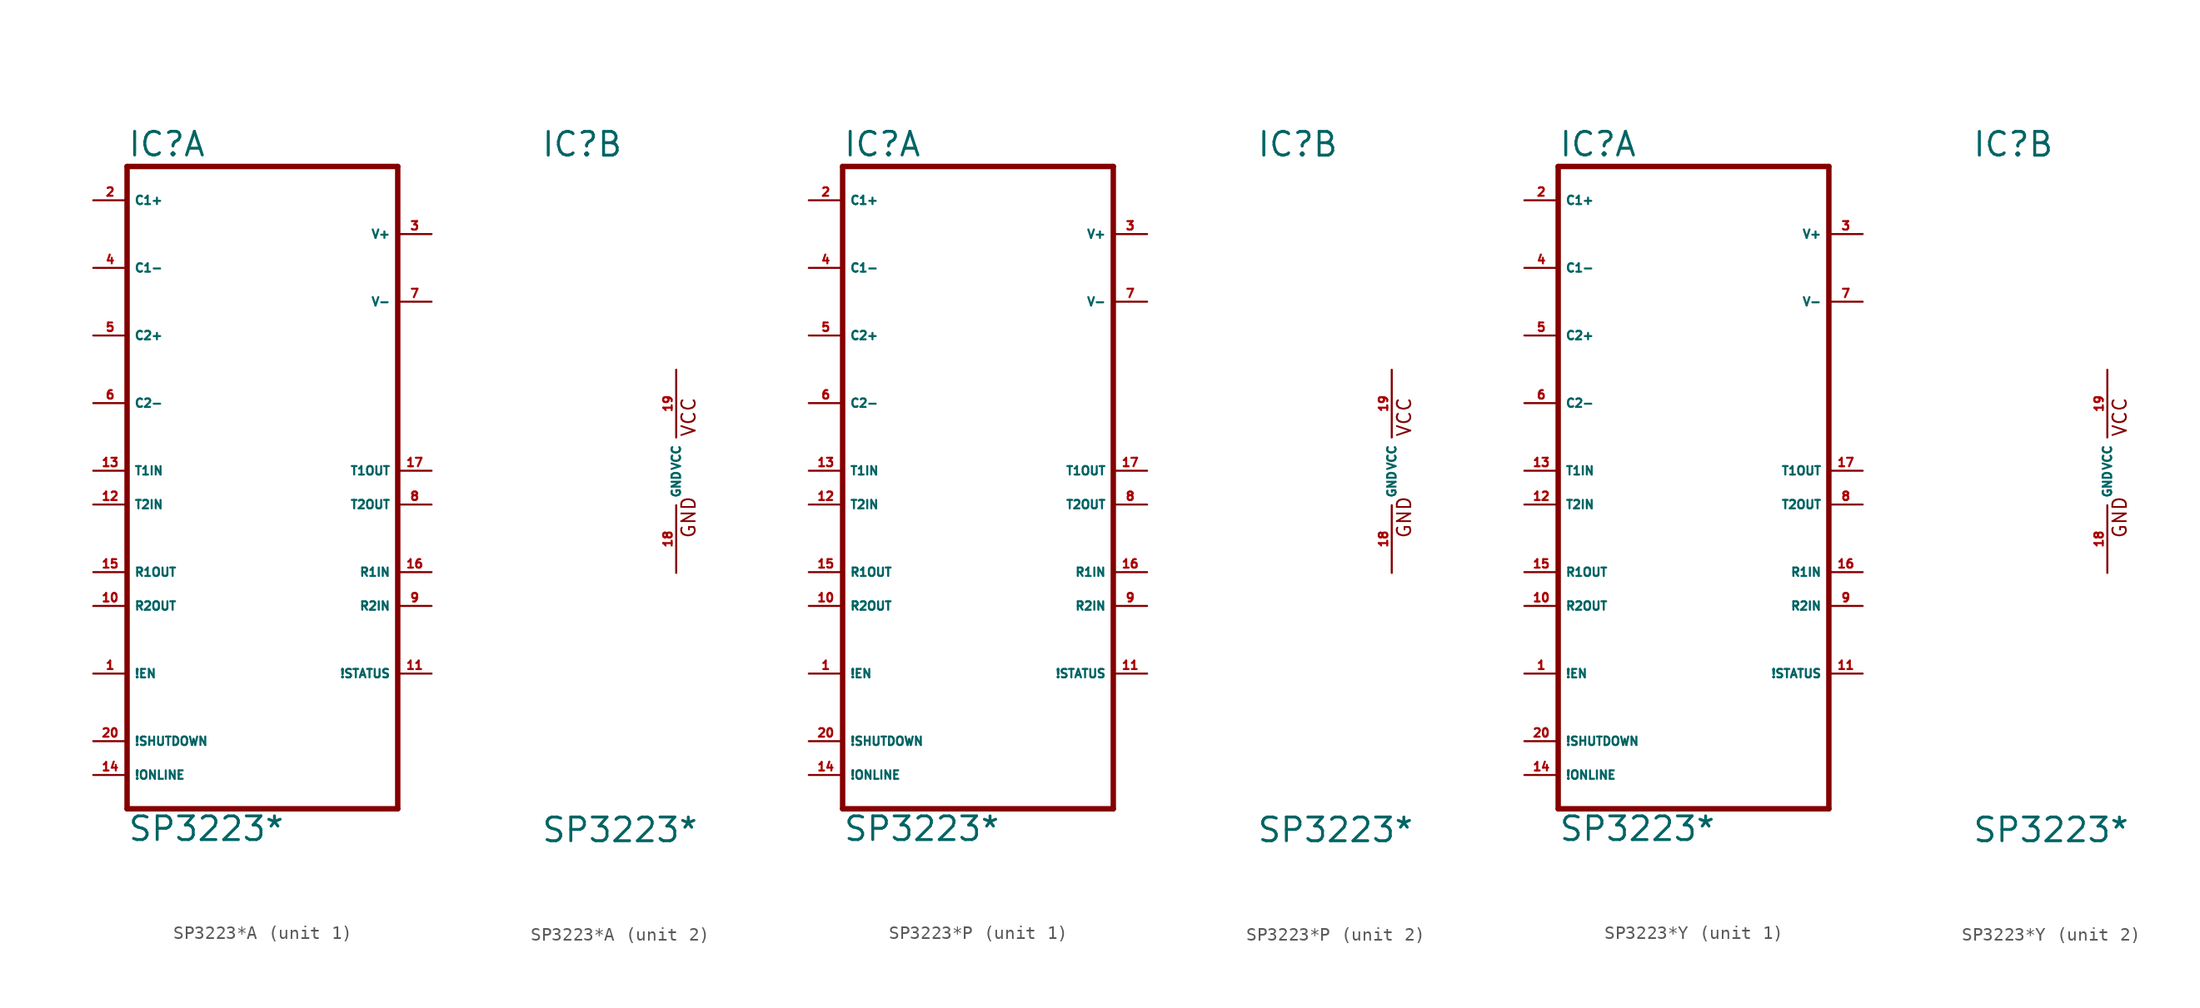
<source format=kicad_sym>
(kicad_symbol_lib
  (version 20220914)
  (generator Eagle2Kicad)
  (symbol "SP3223*A"
    (property "Reference" "IC"
      (at -10.16 23.495 0)
      (effects (font (size 1.778 1.778) (thickness 0.22)) (justify left bottom)))
    (property "Value" "SP3223*"
      (at -10.16 -27.94 0)
      (effects (font (size 1.778 1.778) (thickness 0.22)) (justify left bottom)))
    (symbol "SP3223*A_1_0"
      (polyline (pts (xy -10.16 22.86) (xy 10.16 22.86)) (stroke (width 0.406) (type default)) (fill (type none)))
      (polyline (pts (xy 10.16 -25.4) (xy 10.16 22.86)) (stroke (width 0.406) (type default)) (fill (type none)))
      (polyline (pts (xy 10.16 -25.4) (xy -10.16 -25.4)) (stroke (width 0.406) (type default)) (fill (type none)))
      (polyline (pts (xy -10.16 22.86) (xy -10.16 -25.4)) (stroke (width 0.406) (type default)) (fill (type none)))
      (pin passive line (at -12.7 20.32 0) (length 2.54) (name "C1+" (effects (font (size 0.635 0.635) (thickness 0.08)) (justify left bottom))) (number "2" (effects (font (size 0.635 0.635) (thickness 0.08)) (justify left bottom))))
      (pin passive line (at -12.7 15.24 0) (length 2.54) (name "C1-" (effects (font (size 0.635 0.635) (thickness 0.08)) (justify left bottom))) (number "4" (effects (font (size 0.635 0.635) (thickness 0.08)) (justify left bottom))))
      (pin passive line (at -12.7 10.16 0) (length 2.54) (name "C2+" (effects (font (size 0.635 0.635) (thickness 0.08)) (justify left bottom))) (number "5" (effects (font (size 0.635 0.635) (thickness 0.08)) (justify left bottom))))
      (pin passive line (at -12.7 5.08 0) (length 2.54) (name "C2-" (effects (font (size 0.635 0.635) (thickness 0.08)) (justify left bottom))) (number "6" (effects (font (size 0.635 0.635) (thickness 0.08)) (justify left bottom))))
      (pin input line (at -12.7 0 0) (length 2.54) (name "T1IN" (effects (font (size 0.635 0.635) (thickness 0.08)) (justify left bottom))) (number "13" (effects (font (size 0.635 0.635) (thickness 0.08)) (justify left bottom))))
      (pin input line (at -12.7 -2.54 0) (length 2.54) (name "T2IN" (effects (font (size 0.635 0.635) (thickness 0.08)) (justify left bottom))) (number "12" (effects (font (size 0.635 0.635) (thickness 0.08)) (justify left bottom))))
      (pin output line (at -12.7 -7.62 0) (length 2.54) (name "R1OUT" (effects (font (size 0.635 0.635) (thickness 0.08)) (justify left bottom))) (number "15" (effects (font (size 0.635 0.635) (thickness 0.08)) (justify left bottom))))
      (pin output line (at -12.7 -10.16 0) (length 2.54) (name "R2OUT" (effects (font (size 0.635 0.635) (thickness 0.08)) (justify left bottom))) (number "10" (effects (font (size 0.635 0.635) (thickness 0.08)) (justify left bottom))))
      (pin passive line (at 12.7 17.78 180) (length 2.54) (name "V+" (effects (font (size 0.635 0.635) (thickness 0.08)) (justify left bottom))) (number "3" (effects (font (size 0.635 0.635) (thickness 0.08)) (justify left bottom))))
      (pin passive line (at 12.7 12.7 180) (length 2.54) (name "V-" (effects (font (size 0.635 0.635) (thickness 0.08)) (justify left bottom))) (number "7" (effects (font (size 0.635 0.635) (thickness 0.08)) (justify left bottom))))
      (pin output line (at 12.7 0 180) (length 2.54) (name "T1OUT" (effects (font (size 0.635 0.635) (thickness 0.08)) (justify left bottom))) (number "17" (effects (font (size 0.635 0.635) (thickness 0.08)) (justify left bottom))))
      (pin output line (at 12.7 -2.54 180) (length 2.54) (name "T2OUT" (effects (font (size 0.635 0.635) (thickness 0.08)) (justify left bottom))) (number "8" (effects (font (size 0.635 0.635) (thickness 0.08)) (justify left bottom))))
      (pin input line (at 12.7 -7.62 180) (length 2.54) (name "R1IN" (effects (font (size 0.635 0.635) (thickness 0.08)) (justify left bottom))) (number "16" (effects (font (size 0.635 0.635) (thickness 0.08)) (justify left bottom))))
      (pin input line (at 12.7 -10.16 180) (length 2.54) (name "R2IN" (effects (font (size 0.635 0.635) (thickness 0.08)) (justify left bottom))) (number "9" (effects (font (size 0.635 0.635) (thickness 0.08)) (justify left bottom))))
      (pin output line (at 12.7 -15.24 180) (length 2.54) (name "!STATUS" (effects (font (size 0.635 0.635) (thickness 0.08)) (justify left bottom))) (number "11" (effects (font (size 0.635 0.635) (thickness 0.08)) (justify left bottom))))
      (pin input line (at -12.7 -20.32 0) (length 2.54) (name "!SHUTDOWN" (effects (font (size 0.635 0.635) (thickness 0.08)) (justify left bottom))) (number "20" (effects (font (size 0.635 0.635) (thickness 0.08)) (justify left bottom))))
      (pin input line (at -12.7 -22.86 0) (length 2.54) (name "!ONLINE" (effects (font (size 0.635 0.635) (thickness 0.08)) (justify left bottom))) (number "14" (effects (font (size 0.635 0.635) (thickness 0.08)) (justify left bottom))))
      (pin input line (at -12.7 -15.24 0) (length 2.54) (name "!EN" (effects (font (size 0.635 0.635) (thickness 0.08)) (justify left bottom))) (number "1" (effects (font (size 0.635 0.635) (thickness 0.08)) (justify left bottom)))))
    (symbol "SP3223*A_2_0"
      (text "GND" (at 1.524 -5.08 900) (effects (font (size 1.016 1.016) (thickness 0.13)) (justify left bottom)))
      (text "VCC" (at 1.524 2.54 900) (effects (font (size 1.016 1.016) (thickness 0.13)) (justify left bottom)))
      (pin unspecified line (at 0 7.62 270) (length 5.08) (name "VCC" (effects (font (size 0.635 0.635) (thickness 0.08)) (justify left bottom))) (number "19" (effects (font (size 0.635 0.635) (thickness 0.08)) (justify left bottom))))
      (pin unspecified line (at 0 -7.62 90) (length 5.08) (name "GND" (effects (font (size 0.635 0.635) (thickness 0.08)) (justify left bottom))) (number "18" (effects (font (size 0.635 0.635) (thickness 0.08)) (justify left bottom))))))
  (symbol "SP3223*P"
    (property "Reference" "IC"
      (at -10.16 23.495 0)
      (effects (font (size 1.778 1.778) (thickness 0.22)) (justify left bottom)))
    (property "Value" "SP3223*"
      (at -10.16 -27.94 0)
      (effects (font (size 1.778 1.778) (thickness 0.22)) (justify left bottom)))
    (symbol "SP3223*P_1_0"
      (polyline (pts (xy -10.16 22.86) (xy 10.16 22.86)) (stroke (width 0.406) (type default)) (fill (type none)))
      (polyline (pts (xy 10.16 -25.4) (xy 10.16 22.86)) (stroke (width 0.406) (type default)) (fill (type none)))
      (polyline (pts (xy 10.16 -25.4) (xy -10.16 -25.4)) (stroke (width 0.406) (type default)) (fill (type none)))
      (polyline (pts (xy -10.16 22.86) (xy -10.16 -25.4)) (stroke (width 0.406) (type default)) (fill (type none)))
      (pin passive line (at -12.7 20.32 0) (length 2.54) (name "C1+" (effects (font (size 0.635 0.635) (thickness 0.08)) (justify left bottom))) (number "2" (effects (font (size 0.635 0.635) (thickness 0.08)) (justify left bottom))))
      (pin passive line (at -12.7 15.24 0) (length 2.54) (name "C1-" (effects (font (size 0.635 0.635) (thickness 0.08)) (justify left bottom))) (number "4" (effects (font (size 0.635 0.635) (thickness 0.08)) (justify left bottom))))
      (pin passive line (at -12.7 10.16 0) (length 2.54) (name "C2+" (effects (font (size 0.635 0.635) (thickness 0.08)) (justify left bottom))) (number "5" (effects (font (size 0.635 0.635) (thickness 0.08)) (justify left bottom))))
      (pin passive line (at -12.7 5.08 0) (length 2.54) (name "C2-" (effects (font (size 0.635 0.635) (thickness 0.08)) (justify left bottom))) (number "6" (effects (font (size 0.635 0.635) (thickness 0.08)) (justify left bottom))))
      (pin input line (at -12.7 0 0) (length 2.54) (name "T1IN" (effects (font (size 0.635 0.635) (thickness 0.08)) (justify left bottom))) (number "13" (effects (font (size 0.635 0.635) (thickness 0.08)) (justify left bottom))))
      (pin input line (at -12.7 -2.54 0) (length 2.54) (name "T2IN" (effects (font (size 0.635 0.635) (thickness 0.08)) (justify left bottom))) (number "12" (effects (font (size 0.635 0.635) (thickness 0.08)) (justify left bottom))))
      (pin output line (at -12.7 -7.62 0) (length 2.54) (name "R1OUT" (effects (font (size 0.635 0.635) (thickness 0.08)) (justify left bottom))) (number "15" (effects (font (size 0.635 0.635) (thickness 0.08)) (justify left bottom))))
      (pin output line (at -12.7 -10.16 0) (length 2.54) (name "R2OUT" (effects (font (size 0.635 0.635) (thickness 0.08)) (justify left bottom))) (number "10" (effects (font (size 0.635 0.635) (thickness 0.08)) (justify left bottom))))
      (pin passive line (at 12.7 17.78 180) (length 2.54) (name "V+" (effects (font (size 0.635 0.635) (thickness 0.08)) (justify left bottom))) (number "3" (effects (font (size 0.635 0.635) (thickness 0.08)) (justify left bottom))))
      (pin passive line (at 12.7 12.7 180) (length 2.54) (name "V-" (effects (font (size 0.635 0.635) (thickness 0.08)) (justify left bottom))) (number "7" (effects (font (size 0.635 0.635) (thickness 0.08)) (justify left bottom))))
      (pin output line (at 12.7 0 180) (length 2.54) (name "T1OUT" (effects (font (size 0.635 0.635) (thickness 0.08)) (justify left bottom))) (number "17" (effects (font (size 0.635 0.635) (thickness 0.08)) (justify left bottom))))
      (pin output line (at 12.7 -2.54 180) (length 2.54) (name "T2OUT" (effects (font (size 0.635 0.635) (thickness 0.08)) (justify left bottom))) (number "8" (effects (font (size 0.635 0.635) (thickness 0.08)) (justify left bottom))))
      (pin input line (at 12.7 -7.62 180) (length 2.54) (name "R1IN" (effects (font (size 0.635 0.635) (thickness 0.08)) (justify left bottom))) (number "16" (effects (font (size 0.635 0.635) (thickness 0.08)) (justify left bottom))))
      (pin input line (at 12.7 -10.16 180) (length 2.54) (name "R2IN" (effects (font (size 0.635 0.635) (thickness 0.08)) (justify left bottom))) (number "9" (effects (font (size 0.635 0.635) (thickness 0.08)) (justify left bottom))))
      (pin output line (at 12.7 -15.24 180) (length 2.54) (name "!STATUS" (effects (font (size 0.635 0.635) (thickness 0.08)) (justify left bottom))) (number "11" (effects (font (size 0.635 0.635) (thickness 0.08)) (justify left bottom))))
      (pin input line (at -12.7 -20.32 0) (length 2.54) (name "!SHUTDOWN" (effects (font (size 0.635 0.635) (thickness 0.08)) (justify left bottom))) (number "20" (effects (font (size 0.635 0.635) (thickness 0.08)) (justify left bottom))))
      (pin input line (at -12.7 -22.86 0) (length 2.54) (name "!ONLINE" (effects (font (size 0.635 0.635) (thickness 0.08)) (justify left bottom))) (number "14" (effects (font (size 0.635 0.635) (thickness 0.08)) (justify left bottom))))
      (pin input line (at -12.7 -15.24 0) (length 2.54) (name "!EN" (effects (font (size 0.635 0.635) (thickness 0.08)) (justify left bottom))) (number "1" (effects (font (size 0.635 0.635) (thickness 0.08)) (justify left bottom)))))
    (symbol "SP3223*P_2_0"
      (text "GND" (at 1.524 -5.08 900) (effects (font (size 1.016 1.016) (thickness 0.13)) (justify left bottom)))
      (text "VCC" (at 1.524 2.54 900) (effects (font (size 1.016 1.016) (thickness 0.13)) (justify left bottom)))
      (pin unspecified line (at 0 7.62 270) (length 5.08) (name "VCC" (effects (font (size 0.635 0.635) (thickness 0.08)) (justify left bottom))) (number "19" (effects (font (size 0.635 0.635) (thickness 0.08)) (justify left bottom))))
      (pin unspecified line (at 0 -7.62 90) (length 5.08) (name "GND" (effects (font (size 0.635 0.635) (thickness 0.08)) (justify left bottom))) (number "18" (effects (font (size 0.635 0.635) (thickness 0.08)) (justify left bottom))))))
  (symbol "SP3223*Y"
    (property "Reference" "IC"
      (at -10.16 23.495 0)
      (effects (font (size 1.778 1.778) (thickness 0.22)) (justify left bottom)))
    (property "Value" "SP3223*"
      (at -10.16 -27.94 0)
      (effects (font (size 1.778 1.778) (thickness 0.22)) (justify left bottom)))
    (symbol "SP3223*Y_1_0"
      (polyline (pts (xy -10.16 22.86) (xy 10.16 22.86)) (stroke (width 0.406) (type default)) (fill (type none)))
      (polyline (pts (xy 10.16 -25.4) (xy 10.16 22.86)) (stroke (width 0.406) (type default)) (fill (type none)))
      (polyline (pts (xy 10.16 -25.4) (xy -10.16 -25.4)) (stroke (width 0.406) (type default)) (fill (type none)))
      (polyline (pts (xy -10.16 22.86) (xy -10.16 -25.4)) (stroke (width 0.406) (type default)) (fill (type none)))
      (pin passive line (at -12.7 20.32 0) (length 2.54) (name "C1+" (effects (font (size 0.635 0.635) (thickness 0.08)) (justify left bottom))) (number "2" (effects (font (size 0.635 0.635) (thickness 0.08)) (justify left bottom))))
      (pin passive line (at -12.7 15.24 0) (length 2.54) (name "C1-" (effects (font (size 0.635 0.635) (thickness 0.08)) (justify left bottom))) (number "4" (effects (font (size 0.635 0.635) (thickness 0.08)) (justify left bottom))))
      (pin passive line (at -12.7 10.16 0) (length 2.54) (name "C2+" (effects (font (size 0.635 0.635) (thickness 0.08)) (justify left bottom))) (number "5" (effects (font (size 0.635 0.635) (thickness 0.08)) (justify left bottom))))
      (pin passive line (at -12.7 5.08 0) (length 2.54) (name "C2-" (effects (font (size 0.635 0.635) (thickness 0.08)) (justify left bottom))) (number "6" (effects (font (size 0.635 0.635) (thickness 0.08)) (justify left bottom))))
      (pin input line (at -12.7 0 0) (length 2.54) (name "T1IN" (effects (font (size 0.635 0.635) (thickness 0.08)) (justify left bottom))) (number "13" (effects (font (size 0.635 0.635) (thickness 0.08)) (justify left bottom))))
      (pin input line (at -12.7 -2.54 0) (length 2.54) (name "T2IN" (effects (font (size 0.635 0.635) (thickness 0.08)) (justify left bottom))) (number "12" (effects (font (size 0.635 0.635) (thickness 0.08)) (justify left bottom))))
      (pin output line (at -12.7 -7.62 0) (length 2.54) (name "R1OUT" (effects (font (size 0.635 0.635) (thickness 0.08)) (justify left bottom))) (number "15" (effects (font (size 0.635 0.635) (thickness 0.08)) (justify left bottom))))
      (pin output line (at -12.7 -10.16 0) (length 2.54) (name "R2OUT" (effects (font (size 0.635 0.635) (thickness 0.08)) (justify left bottom))) (number "10" (effects (font (size 0.635 0.635) (thickness 0.08)) (justify left bottom))))
      (pin passive line (at 12.7 17.78 180) (length 2.54) (name "V+" (effects (font (size 0.635 0.635) (thickness 0.08)) (justify left bottom))) (number "3" (effects (font (size 0.635 0.635) (thickness 0.08)) (justify left bottom))))
      (pin passive line (at 12.7 12.7 180) (length 2.54) (name "V-" (effects (font (size 0.635 0.635) (thickness 0.08)) (justify left bottom))) (number "7" (effects (font (size 0.635 0.635) (thickness 0.08)) (justify left bottom))))
      (pin output line (at 12.7 0 180) (length 2.54) (name "T1OUT" (effects (font (size 0.635 0.635) (thickness 0.08)) (justify left bottom))) (number "17" (effects (font (size 0.635 0.635) (thickness 0.08)) (justify left bottom))))
      (pin output line (at 12.7 -2.54 180) (length 2.54) (name "T2OUT" (effects (font (size 0.635 0.635) (thickness 0.08)) (justify left bottom))) (number "8" (effects (font (size 0.635 0.635) (thickness 0.08)) (justify left bottom))))
      (pin input line (at 12.7 -7.62 180) (length 2.54) (name "R1IN" (effects (font (size 0.635 0.635) (thickness 0.08)) (justify left bottom))) (number "16" (effects (font (size 0.635 0.635) (thickness 0.08)) (justify left bottom))))
      (pin input line (at 12.7 -10.16 180) (length 2.54) (name "R2IN" (effects (font (size 0.635 0.635) (thickness 0.08)) (justify left bottom))) (number "9" (effects (font (size 0.635 0.635) (thickness 0.08)) (justify left bottom))))
      (pin output line (at 12.7 -15.24 180) (length 2.54) (name "!STATUS" (effects (font (size 0.635 0.635) (thickness 0.08)) (justify left bottom))) (number "11" (effects (font (size 0.635 0.635) (thickness 0.08)) (justify left bottom))))
      (pin input line (at -12.7 -20.32 0) (length 2.54) (name "!SHUTDOWN" (effects (font (size 0.635 0.635) (thickness 0.08)) (justify left bottom))) (number "20" (effects (font (size 0.635 0.635) (thickness 0.08)) (justify left bottom))))
      (pin input line (at -12.7 -22.86 0) (length 2.54) (name "!ONLINE" (effects (font (size 0.635 0.635) (thickness 0.08)) (justify left bottom))) (number "14" (effects (font (size 0.635 0.635) (thickness 0.08)) (justify left bottom))))
      (pin input line (at -12.7 -15.24 0) (length 2.54) (name "!EN" (effects (font (size 0.635 0.635) (thickness 0.08)) (justify left bottom))) (number "1" (effects (font (size 0.635 0.635) (thickness 0.08)) (justify left bottom)))))
    (symbol "SP3223*Y_2_0"
      (text "GND" (at 1.524 -5.08 900) (effects (font (size 1.016 1.016) (thickness 0.13)) (justify left bottom)))
      (text "VCC" (at 1.524 2.54 900) (effects (font (size 1.016 1.016) (thickness 0.13)) (justify left bottom)))
      (pin unspecified line (at 0 7.62 270) (length 5.08) (name "VCC" (effects (font (size 0.635 0.635) (thickness 0.08)) (justify left bottom))) (number "19" (effects (font (size 0.635 0.635) (thickness 0.08)) (justify left bottom))))
      (pin unspecified line (at 0 -7.62 90) (length 5.08) (name "GND" (effects (font (size 0.635 0.635) (thickness 0.08)) (justify left bottom))) (number "18" (effects (font (size 0.635 0.635) (thickness 0.08)) (justify left bottom)))))))
</source>
